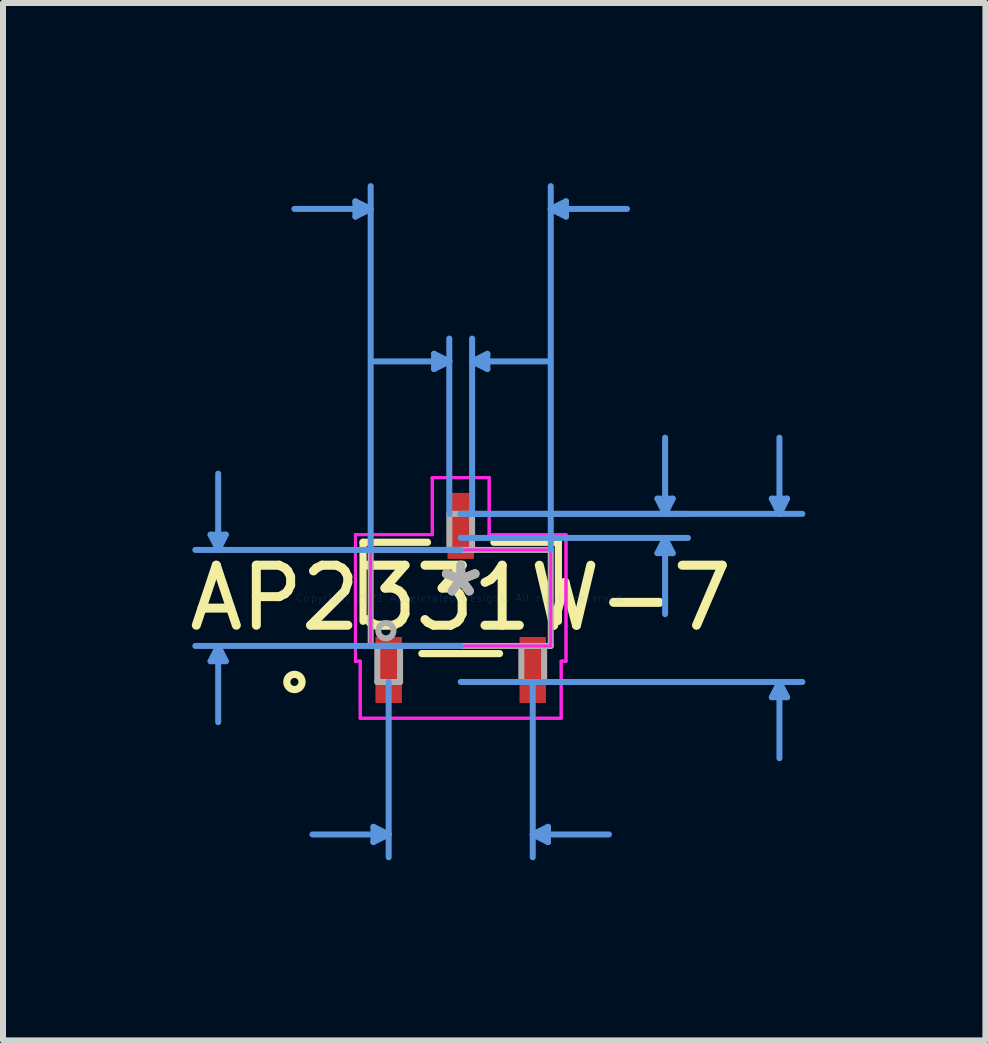
<source format=kicad_pcb>
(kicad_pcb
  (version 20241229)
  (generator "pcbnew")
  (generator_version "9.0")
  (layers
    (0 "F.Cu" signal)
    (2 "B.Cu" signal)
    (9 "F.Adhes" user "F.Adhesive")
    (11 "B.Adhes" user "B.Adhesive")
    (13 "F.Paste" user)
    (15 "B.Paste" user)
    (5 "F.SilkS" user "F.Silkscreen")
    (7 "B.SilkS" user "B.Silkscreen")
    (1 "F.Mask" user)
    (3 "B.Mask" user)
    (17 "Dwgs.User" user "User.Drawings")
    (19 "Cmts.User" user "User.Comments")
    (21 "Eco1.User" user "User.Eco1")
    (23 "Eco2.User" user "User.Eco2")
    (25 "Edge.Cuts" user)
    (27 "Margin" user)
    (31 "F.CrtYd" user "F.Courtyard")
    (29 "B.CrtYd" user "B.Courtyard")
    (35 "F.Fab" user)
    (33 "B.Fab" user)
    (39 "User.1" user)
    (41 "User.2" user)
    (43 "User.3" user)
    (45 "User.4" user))
  (footprint "AP2331W-7"
    (layer "F.Cu")
    (at 4.625 6.911)
    (property "Reference" "AP2331W-7" (at 0 0 0) (layer "F.SilkS") (effects (font (size 1 1) (thickness 0.15))))
    (attr through_hole)
    (fp_line (start -1.627 -0.927) (end -1.627 0.389) (stroke (width 0.12) (type solid)) (layer "F.SilkS"))
    (fp_line (start -0.647 0.927) (end 0.647 0.927) (stroke (width 0.12) (type solid)) (layer "F.SilkS"))
    (fp_line (start -0.553 -0.927) (end -1.627 -0.927) (stroke (width 0.12) (type solid)) (layer "F.SilkS"))
    (fp_line (start 1.627 -0.927) (end 0.553 -0.927) (stroke (width 0.12) (type solid)) (layer "F.SilkS"))
    (fp_line (start 1.627 0.389) (end 1.627 -0.927) (stroke (width 0.12) (type solid)) (layer "F.SilkS"))
    (fp_circle (center -2.77 1.4) (end -2.643 1.4) (stroke (width 0.12) (type solid)) (fill no) (layer "F.SilkS"))
    (fp_line (start -4.167 -1.054) (end -3.913 -1.054) (stroke (width 0.1) (type solid)) (layer "Cmts.User"))
    (fp_line (start -4.167 1.054) (end -3.913 1.054) (stroke (width 0.1) (type solid)) (layer "Cmts.User"))
    (fp_line (start -4.04 -0.8) (end -4.167 -1.054) (stroke (width 0.1) (type solid)) (layer "Cmts.User"))
    (fp_line (start -4.04 -0.8) (end -4.04 -2.07) (stroke (width 0.1) (type solid)) (layer "Cmts.User"))
    (fp_line (start -4.04 -0.8) (end -3.913 -1.054) (stroke (width 0.1) (type solid)) (layer "Cmts.User"))
    (fp_line (start -4.04 0.8) (end -4.167 1.054) (stroke (width 0.1) (type solid)) (layer "Cmts.User"))
    (fp_line (start -4.04 0.8) (end -4.04 2.07) (stroke (width 0.1) (type solid)) (layer "Cmts.User"))
    (fp_line (start -4.04 0.8) (end -3.913 1.054) (stroke (width 0.1) (type solid)) (layer "Cmts.User"))
    (fp_line (start -1.754 -6.607) (end -1.754 -6.353) (stroke (width 0.1) (type solid)) (layer "Cmts.User"))
    (fp_line (start -1.5 -6.48) (end -2.77 -6.48) (stroke (width 0.1) (type solid)) (layer "Cmts.User"))
    (fp_line (start -1.5 -6.48) (end -1.754 -6.607) (stroke (width 0.1) (type solid)) (layer "Cmts.User"))
    (fp_line (start -1.5 -6.48) (end -1.754 -6.353) (stroke (width 0.1) (type solid)) (layer "Cmts.User"))
    (fp_line (start -1.5 -0.8) (end -1.5 -6.861) (stroke (width 0.1) (type solid)) (layer "Cmts.User"))
    (fp_line (start -1.454 3.813) (end -1.454 4.067) (stroke (width 0.1) (type solid)) (layer "Cmts.User"))
    (fp_line (start -1.2 1.4) (end -1.2 4.321) (stroke (width 0.1) (type solid)) (layer "Cmts.User"))
    (fp_line (start -1.2 3.94) (end -2.47 3.94) (stroke (width 0.1) (type solid)) (layer "Cmts.User"))
    (fp_line (start -1.2 3.94) (end -1.454 3.813) (stroke (width 0.1) (type solid)) (layer "Cmts.User"))
    (fp_line (start -1.2 3.94) (end -1.454 4.067) (stroke (width 0.1) (type solid)) (layer "Cmts.User"))
    (fp_line (start -0.444 -4.067) (end -0.444 -3.813) (stroke (width 0.1) (type solid)) (layer "Cmts.User"))
    (fp_line (start -0.19 -3.94) (end -1.46 -3.94) (stroke (width 0.1) (type solid)) (layer "Cmts.User"))
    (fp_line (start -0.19 -3.94) (end -0.444 -4.067) (stroke (width 0.1) (type solid)) (layer "Cmts.User"))
    (fp_line (start -0.19 -3.94) (end -0.444 -3.813) (stroke (width 0.1) (type solid)) (layer "Cmts.User"))
    (fp_line (start -0.19 -1.4) (end -0.19 -4.321) (stroke (width 0.1) (type solid)) (layer "Cmts.User"))
    (fp_line (start 0 -1.4) (end 3.786 -1.4) (stroke (width 0.1) (type solid)) (layer "Cmts.User"))
    (fp_line (start 0 -1.4) (end 5.691 -1.4) (stroke (width 0.1) (type solid)) (layer "Cmts.User"))
    (fp_line (start 0 -1) (end 3.786 -1) (stroke (width 0.1) (type solid)) (layer "Cmts.User"))
    (fp_line (start 0 -0.8) (end -4.421 -0.8) (stroke (width 0.1) (type solid)) (layer "Cmts.User"))
    (fp_line (start 0 0.8) (end -4.421 0.8) (stroke (width 0.1) (type solid)) (layer "Cmts.User"))
    (fp_line (start 0 1.4) (end 5.691 1.4) (stroke (width 0.1) (type solid)) (layer "Cmts.User"))
    (fp_line (start 0.19 -3.94) (end 0.444 -4.067) (stroke (width 0.1) (type solid)) (layer "Cmts.User"))
    (fp_line (start 0.19 -3.94) (end 0.444 -3.813) (stroke (width 0.1) (type solid)) (layer "Cmts.User"))
    (fp_line (start 0.19 -3.94) (end 1.46 -3.94) (stroke (width 0.1) (type solid)) (layer "Cmts.User"))
    (fp_line (start 0.19 -1.4) (end 0.19 -4.321) (stroke (width 0.1) (type solid)) (layer "Cmts.User"))
    (fp_line (start 0.444 -4.067) (end 0.444 -3.813) (stroke (width 0.1) (type solid)) (layer "Cmts.User"))
    (fp_line (start 1.2 1.4) (end 1.2 4.321) (stroke (width 0.1) (type solid)) (layer "Cmts.User"))
    (fp_line (start 1.2 3.94) (end 1.454 3.813) (stroke (width 0.1) (type solid)) (layer "Cmts.User"))
    (fp_line (start 1.2 3.94) (end 1.454 4.067) (stroke (width 0.1) (type solid)) (layer "Cmts.User"))
    (fp_line (start 1.2 3.94) (end 2.47 3.94) (stroke (width 0.1) (type solid)) (layer "Cmts.User"))
    (fp_line (start 1.454 3.813) (end 1.454 4.067) (stroke (width 0.1) (type solid)) (layer "Cmts.User"))
    (fp_line (start 1.5 -6.48) (end 1.754 -6.607) (stroke (width 0.1) (type solid)) (layer "Cmts.User"))
    (fp_line (start 1.5 -6.48) (end 1.754 -6.353) (stroke (width 0.1) (type solid)) (layer "Cmts.User"))
    (fp_line (start 1.5 -6.48) (end 2.77 -6.48) (stroke (width 0.1) (type solid)) (layer "Cmts.User"))
    (fp_line (start 1.5 -0.8) (end 1.5 -6.861) (stroke (width 0.1) (type solid)) (layer "Cmts.User"))
    (fp_line (start 1.754 -6.607) (end 1.754 -6.353) (stroke (width 0.1) (type solid)) (layer "Cmts.User"))
    (fp_line (start 3.278 -1.654) (end 3.532 -1.654) (stroke (width 0.1) (type solid)) (layer "Cmts.User"))
    (fp_line (start 3.278 -0.746) (end 3.532 -0.746) (stroke (width 0.1) (type solid)) (layer "Cmts.User"))
    (fp_line (start 3.405 -1.4) (end 3.278 -1.654) (stroke (width 0.1) (type solid)) (layer "Cmts.User"))
    (fp_line (start 3.405 -1.4) (end 3.405 -2.67) (stroke (width 0.1) (type solid)) (layer "Cmts.User"))
    (fp_line (start 3.405 -1.4) (end 3.532 -1.654) (stroke (width 0.1) (type solid)) (layer "Cmts.User"))
    (fp_line (start 3.405 -1) (end 3.278 -0.746) (stroke (width 0.1) (type solid)) (layer "Cmts.User"))
    (fp_line (start 3.405 -1) (end 3.405 0.27) (stroke (width 0.1) (type solid)) (layer "Cmts.User"))
    (fp_line (start 3.405 -1) (end 3.532 -0.746) (stroke (width 0.1) (type solid)) (layer "Cmts.User"))
    (fp_line (start 5.183 -1.654) (end 5.437 -1.654) (stroke (width 0.1) (type solid)) (layer "Cmts.User"))
    (fp_line (start 5.183 1.654) (end 5.437 1.654) (stroke (width 0.1) (type solid)) (layer "Cmts.User"))
    (fp_line (start 5.31 -1.4) (end 5.183 -1.654) (stroke (width 0.1) (type solid)) (layer "Cmts.User"))
    (fp_line (start 5.31 -1.4) (end 5.31 -2.67) (stroke (width 0.1) (type solid)) (layer "Cmts.User"))
    (fp_line (start 5.31 -1.4) (end 5.437 -1.654) (stroke (width 0.1) (type solid)) (layer "Cmts.User"))
    (fp_line (start 5.31 1.4) (end 5.183 1.654) (stroke (width 0.1) (type solid)) (layer "Cmts.User"))
    (fp_line (start 5.31 1.4) (end 5.31 2.67) (stroke (width 0.1) (type solid)) (layer "Cmts.User"))
    (fp_line (start 5.31 1.4) (end 5.437 1.654) (stroke (width 0.1) (type solid)) (layer "Cmts.User"))
    (fp_line (start -1.754 -1.054) (end -0.474 -1.054) (stroke (width 0.05) (type solid)) (layer "F.CrtYd"))
    (fp_line (start -1.754 -1.054) (end -0.474 -1.054) (stroke (width 0.05) (type solid)) (layer "F.CrtYd"))
    (fp_line (start -1.754 1.054) (end -1.754 -1.054) (stroke (width 0.05) (type solid)) (layer "F.CrtYd"))
    (fp_line (start -1.754 1.054) (end -1.754 -1.054) (stroke (width 0.05) (type solid)) (layer "F.CrtYd"))
    (fp_line (start -1.754 1.054) (end -1.674 1.054) (stroke (width 0.05) (type solid)) (layer "F.CrtYd"))
    (fp_line (start -1.674 1.054) (end -1.754 1.054) (stroke (width 0.05) (type solid)) (layer "F.CrtYd"))
    (fp_line (start -1.674 1.054) (end -1.674 2.004) (stroke (width 0.05) (type solid)) (layer "F.CrtYd"))
    (fp_line (start -1.674 2.004) (end -1.674 1.054) (stroke (width 0.05) (type solid)) (layer "F.CrtYd"))
    (fp_line (start -1.674 2.004) (end 1.674 2.004) (stroke (width 0.05) (type solid)) (layer "F.CrtYd"))
    (fp_line (start -1.5 -0.8) (end 1.5 -0.8) (stroke (width 0.05) (type solid)) (layer "F.CrtYd"))
    (fp_line (start -1.5 0.8) (end -1.5 -0.8) (stroke (width 0.05) (type solid)) (layer "F.CrtYd"))
    (fp_line (start -0.474 -2.004) (end 0.474 -2.004) (stroke (width 0.05) (type solid)) (layer "F.CrtYd"))
    (fp_line (start -0.474 -2.004) (end 0.474 -2.004) (stroke (width 0.05) (type solid)) (layer "F.CrtYd"))
    (fp_line (start -0.474 -1.054) (end -0.474 -2.004) (stroke (width 0.05) (type solid)) (layer "F.CrtYd"))
    (fp_line (start -0.474 -1.054) (end -0.474 -2.004) (stroke (width 0.05) (type solid)) (layer "F.CrtYd"))
    (fp_line (start 0.474 -2.004) (end 0.474 -1.054) (stroke (width 0.05) (type solid)) (layer "F.CrtYd"))
    (fp_line (start 0.474 -1.054) (end 0.474 -2.004) (stroke (width 0.05) (type solid)) (layer "F.CrtYd"))
    (fp_line (start 0.474 -1.054) (end 1.754 -1.054) (stroke (width 0.05) (type solid)) (layer "F.CrtYd"))
    (fp_line (start 1.5 -0.8) (end 1.5 0.8) (stroke (width 0.05) (type solid)) (layer "F.CrtYd"))
    (fp_line (start 1.5 0.8) (end -1.5 0.8) (stroke (width 0.05) (type solid)) (layer "F.CrtYd"))
    (fp_line (start 1.674 1.054) (end 1.674 2.004) (stroke (width 0.05) (type solid)) (layer "F.CrtYd"))
    (fp_line (start 1.674 1.054) (end 1.674 2.004) (stroke (width 0.05) (type solid)) (layer "F.CrtYd"))
    (fp_line (start 1.674 2.004) (end -1.674 2.004) (stroke (width 0.05) (type solid)) (layer "F.CrtYd"))
    (fp_line (start 1.754 -1.054) (end 0.474 -1.054) (stroke (width 0.05) (type solid)) (layer "F.CrtYd"))
    (fp_line (start 1.754 -1.054) (end 1.754 1.054) (stroke (width 0.05) (type solid)) (layer "F.CrtYd"))
    (fp_line (start 1.754 -1.054) (end 1.754 1.054) (stroke (width 0.05) (type solid)) (layer "F.CrtYd"))
    (fp_line (start 1.754 1.054) (end 1.674 1.054) (stroke (width 0.05) (type solid)) (layer "F.CrtYd"))
    (fp_line (start 1.754 1.054) (end 1.674 1.054) (stroke (width 0.05) (type solid)) (layer "F.CrtYd"))
    (fp_line (start -1.5 -0.8) (end -1.5 0.8) (stroke (width 0.1) (type solid)) (layer "F.Fab"))
    (fp_line (start -1.5 0.8) (end 1.5 0.8) (stroke (width 0.1) (type solid)) (layer "F.Fab"))
    (fp_line (start -1.39 0.8) (end -1.39 1.4) (stroke (width 0.1) (type solid)) (layer "F.Fab"))
    (fp_line (start -1.39 1.4) (end -1.01 1.4) (stroke (width 0.1) (type solid)) (layer "F.Fab"))
    (fp_line (start -1.01 0.8) (end -1.39 0.8) (stroke (width 0.1) (type solid)) (layer "F.Fab"))
    (fp_line (start -1.01 1.4) (end -1.01 0.8) (stroke (width 0.1) (type solid)) (layer "F.Fab"))
    (fp_line (start -0.19 -1.4) (end -0.19 -0.8) (stroke (width 0.1) (type solid)) (layer "F.Fab"))
    (fp_line (start -0.19 -0.8) (end 0.19 -0.8) (stroke (width 0.1) (type solid)) (layer "F.Fab"))
    (fp_line (start 0.19 -1.4) (end -0.19 -1.4) (stroke (width 0.1) (type solid)) (layer "F.Fab"))
    (fp_line (start 0.19 -0.8) (end 0.19 -1.4) (stroke (width 0.1) (type solid)) (layer "F.Fab"))
    (fp_line (start 1.01 0.8) (end 1.01 1.4) (stroke (width 0.1) (type solid)) (layer "F.Fab"))
    (fp_line (start 1.01 1.4) (end 1.39 1.4) (stroke (width 0.1) (type solid)) (layer "F.Fab"))
    (fp_line (start 1.39 0.8) (end 1.01 0.8) (stroke (width 0.1) (type solid)) (layer "F.Fab"))
    (fp_line (start 1.39 1.4) (end 1.39 0.8) (stroke (width 0.1) (type solid)) (layer "F.Fab"))
    (fp_line (start 1.5 -0.8) (end -1.5 -0.8) (stroke (width 0.1) (type solid)) (layer "F.Fab"))
    (fp_line (start 1.5 0.8) (end 1.5 -0.8) (stroke (width 0.1) (type solid)) (layer "F.Fab"))
    (fp_circle (center -1.246 0.546) (end -1.119 0.546) (stroke (width 0.1) (type solid)) (fill no) (layer "F.Fab"))
    (fp_text user "*" (at 0 0 0) (layer "F.SilkS") (effects (font (size 1 1) (thickness 0.15))))
    (fp_text user "Copyright 2021 Accelerated Designs. All rights reserved." (at 0 0 0) (layer "Cmts.User") (effects (font (size 0.127 0.127) (thickness 0.002))))
    (fp_text user "*" (at 0 0 0) (layer "F.Fab") (effects (font (size 1 1) (thickness 0.15))))
    (pad "1" smd rect (at -1.2 1.2) (size 0.44 1.1) (layers "F.Cu" "F.Mask" "F.Paste"))
    (pad "2" smd rect (at 0 -1.2) (size 0.44 1.1) (layers "F.Cu" "F.Mask" "F.Paste"))
    (pad "3" smd rect (at 1.2 1.2) (size 0.44 1.1) (layers "F.Cu" "F.Mask" "F.Paste")))
  (gr_rect
    (start -3 -3)
    (end 13.366 14.282)
    (stroke (width 0.1) (type default))
    (fill no)
    (layer "Edge.Cuts")))
</source>
